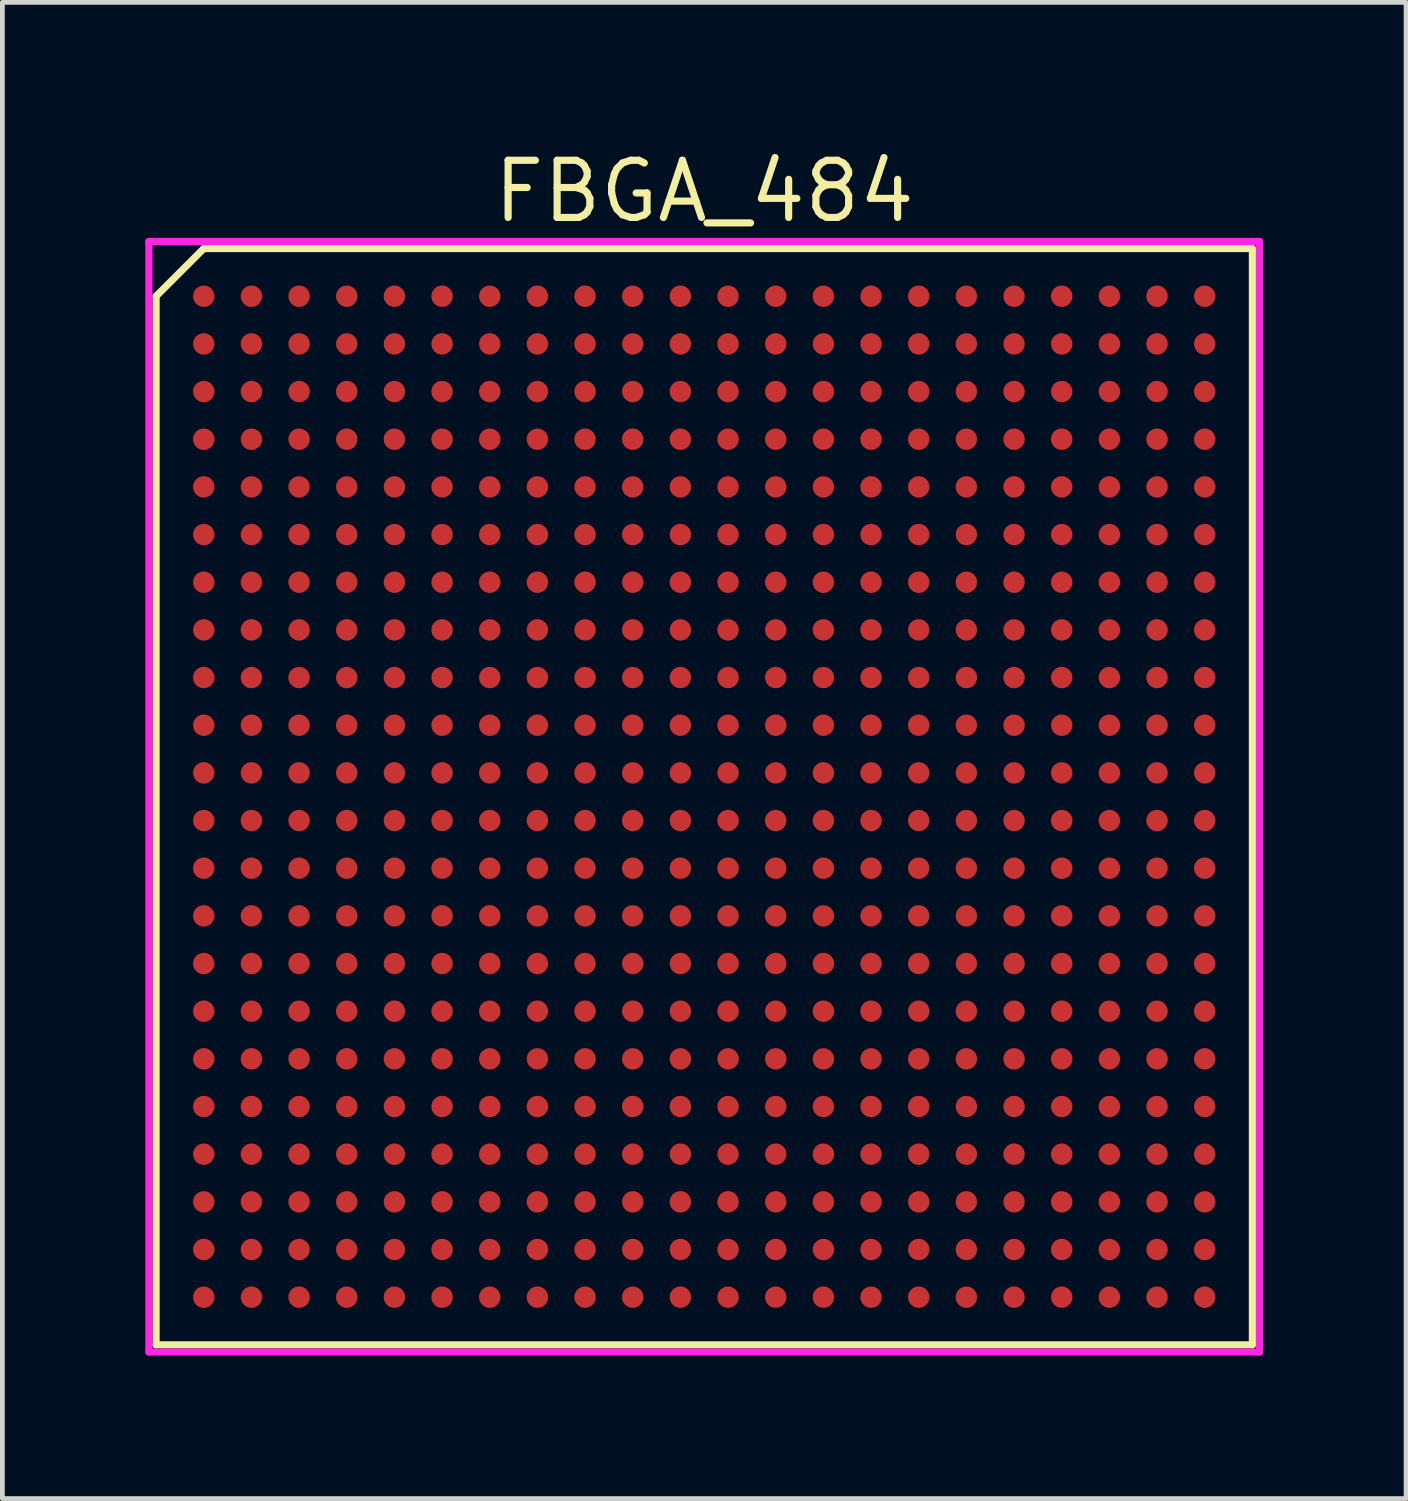
<source format=kicad_pcb>
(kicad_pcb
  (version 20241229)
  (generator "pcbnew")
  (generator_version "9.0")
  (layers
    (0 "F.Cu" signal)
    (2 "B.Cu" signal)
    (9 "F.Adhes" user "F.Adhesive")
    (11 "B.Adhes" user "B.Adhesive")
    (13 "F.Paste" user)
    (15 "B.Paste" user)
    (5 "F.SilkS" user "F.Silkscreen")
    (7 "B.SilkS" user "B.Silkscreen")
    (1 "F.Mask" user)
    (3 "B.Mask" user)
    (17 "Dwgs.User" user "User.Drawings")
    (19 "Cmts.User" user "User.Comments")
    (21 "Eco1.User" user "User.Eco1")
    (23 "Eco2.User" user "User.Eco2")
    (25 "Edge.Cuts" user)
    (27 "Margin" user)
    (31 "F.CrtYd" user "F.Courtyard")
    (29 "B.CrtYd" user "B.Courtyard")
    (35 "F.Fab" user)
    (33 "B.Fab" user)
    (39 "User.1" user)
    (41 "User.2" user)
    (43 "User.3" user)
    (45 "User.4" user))
  (footprint "FBGA_484"
    (layer "F.Cu")
    (at 11.725 13.665)
    (property "Reference" "FBGA_484" (at 0 -12.7 0) (layer "F.SilkS") (effects (font (size 1.2 1.2) (thickness 0.15))))
    (attr through_hole)
    (fp_line (start -11.5 -10.5) (end -11.5 11.5) (stroke (width 0.15) (type solid)) (layer "F.SilkS"))
    (fp_line (start -11.5 11.5) (end 11.5 11.5) (stroke (width 0.15) (type solid)) (layer "F.SilkS"))
    (fp_line (start -10.5 -11.5) (end -11.5 -10.5) (stroke (width 0.15) (type solid)) (layer "F.SilkS"))
    (fp_line (start 11.5 -11.5) (end -10.5 -11.5) (stroke (width 0.15) (type solid)) (layer "F.SilkS"))
    (fp_line (start 11.5 11.5) (end 11.5 -11.5) (stroke (width 0.15) (type solid)) (layer "F.SilkS"))
    (fp_line (start -11.65 -11.65) (end 11.65 -11.65) (stroke (width 0.15) (type solid)) (layer "F.CrtYd"))
    (fp_line (start -11.65 11.65) (end -11.65 -11.65) (stroke (width 0.15) (type solid)) (layer "F.CrtYd"))
    (fp_line (start 11.65 -11.65) (end 11.65 11.65) (stroke (width 0.15) (type solid)) (layer "F.CrtYd"))
    (fp_line (start 11.65 11.65) (end -11.65 11.65) (stroke (width 0.15) (type solid)) (layer "F.CrtYd"))
    (pad "A1" smd circle (at -10.5 -10.5) (size 0.45 0.45) (layers "F.Cu" "F.Mask" "F.Paste"))
    (pad "A2" smd circle (at -9.5 -10.5) (size 0.45 0.45) (layers "F.Cu" "F.Mask" "F.Paste"))
    (pad "A3" smd circle (at -8.5 -10.5) (size 0.45 0.45) (layers "F.Cu" "F.Mask" "F.Paste"))
    (pad "A4" smd circle (at -7.5 -10.5) (size 0.45 0.45) (layers "F.Cu" "F.Mask" "F.Paste"))
    (pad "A5" smd circle (at -6.5 -10.5) (size 0.45 0.45) (layers "F.Cu" "F.Mask" "F.Paste"))
    (pad "A6" smd circle (at -5.5 -10.5) (size 0.45 0.45) (layers "F.Cu" "F.Mask" "F.Paste"))
    (pad "A7" smd circle (at -4.5 -10.5) (size 0.45 0.45) (layers "F.Cu" "F.Mask" "F.Paste"))
    (pad "A8" smd circle (at -3.5 -10.5) (size 0.45 0.45) (layers "F.Cu" "F.Mask" "F.Paste"))
    (pad "A9" smd circle (at -2.5 -10.5) (size 0.45 0.45) (layers "F.Cu" "F.Mask" "F.Paste"))
    (pad "A10" smd circle (at -1.5 -10.5) (size 0.45 0.45) (layers "F.Cu" "F.Mask" "F.Paste"))
    (pad "A11" smd circle (at -0.5 -10.5) (size 0.45 0.45) (layers "F.Cu" "F.Mask" "F.Paste"))
    (pad "A12" smd circle (at 0.5 -10.5) (size 0.45 0.45) (layers "F.Cu" "F.Mask" "F.Paste"))
    (pad "A13" smd circle (at 1.5 -10.5) (size 0.45 0.45) (layers "F.Cu" "F.Mask" "F.Paste"))
    (pad "A14" smd circle (at 2.5 -10.5) (size 0.45 0.45) (layers "F.Cu" "F.Mask" "F.Paste"))
    (pad "A15" smd circle (at 3.5 -10.5) (size 0.45 0.45) (layers "F.Cu" "F.Mask" "F.Paste"))
    (pad "A16" smd circle (at 4.5 -10.5) (size 0.45 0.45) (layers "F.Cu" "F.Mask" "F.Paste"))
    (pad "A17" smd circle (at 5.5 -10.5) (size 0.45 0.45) (layers "F.Cu" "F.Mask" "F.Paste"))
    (pad "A18" smd circle (at 6.5 -10.5) (size 0.45 0.45) (layers "F.Cu" "F.Mask" "F.Paste"))
    (pad "A19" smd circle (at 7.5 -10.5) (size 0.45 0.45) (layers "F.Cu" "F.Mask" "F.Paste"))
    (pad "A20" smd circle (at 8.5 -10.5) (size 0.45 0.45) (layers "F.Cu" "F.Mask" "F.Paste"))
    (pad "A21" smd circle (at 9.5 -10.5) (size 0.45 0.45) (layers "F.Cu" "F.Mask" "F.Paste"))
    (pad "A22" smd circle (at 10.5 -10.5) (size 0.45 0.45) (layers "F.Cu" "F.Mask" "F.Paste"))
    (pad "AA1" smd circle (at -10.5 9.5) (size 0.45 0.45) (layers "F.Cu" "F.Mask" "F.Paste"))
    (pad "AA2" smd circle (at -9.5 9.5) (size 0.45 0.45) (layers "F.Cu" "F.Mask" "F.Paste"))
    (pad "AA3" smd circle (at -8.5 9.5) (size 0.45 0.45) (layers "F.Cu" "F.Mask" "F.Paste"))
    (pad "AA4" smd circle (at -7.5 9.5) (size 0.45 0.45) (layers "F.Cu" "F.Mask" "F.Paste"))
    (pad "AA5" smd circle (at -6.5 9.5) (size 0.45 0.45) (layers "F.Cu" "F.Mask" "F.Paste"))
    (pad "AA6" smd circle (at -5.5 9.5) (size 0.45 0.45) (layers "F.Cu" "F.Mask" "F.Paste"))
    (pad "AA7" smd circle (at -4.5 9.5) (size 0.45 0.45) (layers "F.Cu" "F.Mask" "F.Paste"))
    (pad "AA8" smd circle (at -3.5 9.5) (size 0.45 0.45) (layers "F.Cu" "F.Mask" "F.Paste"))
    (pad "AA9" smd circle (at -2.5 9.5) (size 0.45 0.45) (layers "F.Cu" "F.Mask" "F.Paste"))
    (pad "AA10" smd circle (at -1.5 9.5) (size 0.45 0.45) (layers "F.Cu" "F.Mask" "F.Paste"))
    (pad "AA11" smd circle (at -0.5 9.5) (size 0.45 0.45) (layers "F.Cu" "F.Mask" "F.Paste"))
    (pad "AA12" smd circle (at 0.5 9.5) (size 0.45 0.45) (layers "F.Cu" "F.Mask" "F.Paste"))
    (pad "AA13" smd circle (at 1.5 9.5) (size 0.45 0.45) (layers "F.Cu" "F.Mask" "F.Paste"))
    (pad "AA14" smd circle (at 2.5 9.5) (size 0.45 0.45) (layers "F.Cu" "F.Mask" "F.Paste"))
    (pad "AA15" smd circle (at 3.5 9.5) (size 0.45 0.45) (layers "F.Cu" "F.Mask" "F.Paste"))
    (pad "AA16" smd circle (at 4.5 9.5) (size 0.45 0.45) (layers "F.Cu" "F.Mask" "F.Paste"))
    (pad "AA17" smd circle (at 5.5 9.5) (size 0.45 0.45) (layers "F.Cu" "F.Mask" "F.Paste"))
    (pad "AA18" smd circle (at 6.5 9.5) (size 0.45 0.45) (layers "F.Cu" "F.Mask" "F.Paste"))
    (pad "AA19" smd circle (at 7.5 9.5) (size 0.45 0.45) (layers "F.Cu" "F.Mask" "F.Paste"))
    (pad "AA20" smd circle (at 8.5 9.5) (size 0.45 0.45) (layers "F.Cu" "F.Mask" "F.Paste"))
    (pad "AA21" smd circle (at 9.5 9.5) (size 0.45 0.45) (layers "F.Cu" "F.Mask" "F.Paste"))
    (pad "AA22" smd circle (at 10.5 9.5) (size 0.45 0.45) (layers "F.Cu" "F.Mask" "F.Paste"))
    (pad "AB1" smd circle (at -10.5 10.5) (size 0.45 0.45) (layers "F.Cu" "F.Mask" "F.Paste"))
    (pad "AB2" smd circle (at -9.5 10.5) (size 0.45 0.45) (layers "F.Cu" "F.Mask" "F.Paste"))
    (pad "AB3" smd circle (at -8.5 10.5) (size 0.45 0.45) (layers "F.Cu" "F.Mask" "F.Paste"))
    (pad "AB4" smd circle (at -7.5 10.5) (size 0.45 0.45) (layers "F.Cu" "F.Mask" "F.Paste"))
    (pad "AB5" smd circle (at -6.5 10.5) (size 0.45 0.45) (layers "F.Cu" "F.Mask" "F.Paste"))
    (pad "AB6" smd circle (at -5.5 10.5) (size 0.45 0.45) (layers "F.Cu" "F.Mask" "F.Paste"))
    (pad "AB7" smd circle (at -4.5 10.5) (size 0.45 0.45) (layers "F.Cu" "F.Mask" "F.Paste"))
    (pad "AB8" smd circle (at -3.5 10.5) (size 0.45 0.45) (layers "F.Cu" "F.Mask" "F.Paste"))
    (pad "AB9" smd circle (at -2.5 10.5) (size 0.45 0.45) (layers "F.Cu" "F.Mask" "F.Paste"))
    (pad "AB10" smd circle (at -1.5 10.5) (size 0.45 0.45) (layers "F.Cu" "F.Mask" "F.Paste"))
    (pad "AB11" smd circle (at -0.5 10.5) (size 0.45 0.45) (layers "F.Cu" "F.Mask" "F.Paste"))
    (pad "AB12" smd circle (at 0.5 10.5) (size 0.45 0.45) (layers "F.Cu" "F.Mask" "F.Paste"))
    (pad "AB13" smd circle (at 1.5 10.5) (size 0.45 0.45) (layers "F.Cu" "F.Mask" "F.Paste"))
    (pad "AB14" smd circle (at 2.5 10.5) (size 0.45 0.45) (layers "F.Cu" "F.Mask" "F.Paste"))
    (pad "AB15" smd circle (at 3.5 10.5) (size 0.45 0.45) (layers "F.Cu" "F.Mask" "F.Paste"))
    (pad "AB16" smd circle (at 4.5 10.5) (size 0.45 0.45) (layers "F.Cu" "F.Mask" "F.Paste"))
    (pad "AB17" smd circle (at 5.5 10.5) (size 0.45 0.45) (layers "F.Cu" "F.Mask" "F.Paste"))
    (pad "AB18" smd circle (at 6.5 10.5) (size 0.45 0.45) (layers "F.Cu" "F.Mask" "F.Paste"))
    (pad "AB19" smd circle (at 7.5 10.5) (size 0.45 0.45) (layers "F.Cu" "F.Mask" "F.Paste"))
    (pad "AB20" smd circle (at 8.5 10.5) (size 0.45 0.45) (layers "F.Cu" "F.Mask" "F.Paste"))
    (pad "AB21" smd circle (at 9.5 10.5) (size 0.45 0.45) (layers "F.Cu" "F.Mask" "F.Paste"))
    (pad "AB22" smd circle (at 10.5 10.5) (size 0.45 0.45) (layers "F.Cu" "F.Mask" "F.Paste"))
    (pad "B1" smd circle (at -10.5 -9.5) (size 0.45 0.45) (layers "F.Cu" "F.Mask" "F.Paste"))
    (pad "B2" smd circle (at -9.5 -9.5) (size 0.45 0.45) (layers "F.Cu" "F.Mask" "F.Paste"))
    (pad "B3" smd circle (at -8.5 -9.5) (size 0.45 0.45) (layers "F.Cu" "F.Mask" "F.Paste"))
    (pad "B4" smd circle (at -7.5 -9.5) (size 0.45 0.45) (layers "F.Cu" "F.Mask" "F.Paste"))
    (pad "B5" smd circle (at -6.5 -9.5) (size 0.45 0.45) (layers "F.Cu" "F.Mask" "F.Paste"))
    (pad "B6" smd circle (at -5.5 -9.5) (size 0.45 0.45) (layers "F.Cu" "F.Mask" "F.Paste"))
    (pad "B7" smd circle (at -4.5 -9.5) (size 0.45 0.45) (layers "F.Cu" "F.Mask" "F.Paste"))
    (pad "B8" smd circle (at -3.5 -9.5) (size 0.45 0.45) (layers "F.Cu" "F.Mask" "F.Paste"))
    (pad "B9" smd circle (at -2.5 -9.5) (size 0.45 0.45) (layers "F.Cu" "F.Mask" "F.Paste"))
    (pad "B10" smd circle (at -1.5 -9.5) (size 0.45 0.45) (layers "F.Cu" "F.Mask" "F.Paste"))
    (pad "B11" smd circle (at -0.5 -9.5) (size 0.45 0.45) (layers "F.Cu" "F.Mask" "F.Paste"))
    (pad "B12" smd circle (at 0.5 -9.5) (size 0.45 0.45) (layers "F.Cu" "F.Mask" "F.Paste"))
    (pad "B13" smd circle (at 1.5 -9.5) (size 0.45 0.45) (layers "F.Cu" "F.Mask" "F.Paste"))
    (pad "B14" smd circle (at 2.5 -9.5) (size 0.45 0.45) (layers "F.Cu" "F.Mask" "F.Paste"))
    (pad "B15" smd circle (at 3.5 -9.5) (size 0.45 0.45) (layers "F.Cu" "F.Mask" "F.Paste"))
    (pad "B16" smd circle (at 4.5 -9.5) (size 0.45 0.45) (layers "F.Cu" "F.Mask" "F.Paste"))
    (pad "B17" smd circle (at 5.5 -9.5) (size 0.45 0.45) (layers "F.Cu" "F.Mask" "F.Paste"))
    (pad "B18" smd circle (at 6.5 -9.5) (size 0.45 0.45) (layers "F.Cu" "F.Mask" "F.Paste"))
    (pad "B19" smd circle (at 7.5 -9.5) (size 0.45 0.45) (layers "F.Cu" "F.Mask" "F.Paste"))
    (pad "B20" smd circle (at 8.5 -9.5) (size 0.45 0.45) (layers "F.Cu" "F.Mask" "F.Paste"))
    (pad "B21" smd circle (at 9.5 -9.5) (size 0.45 0.45) (layers "F.Cu" "F.Mask" "F.Paste"))
    (pad "B22" smd circle (at 10.5 -9.5) (size 0.45 0.45) (layers "F.Cu" "F.Mask" "F.Paste"))
    (pad "C1" smd circle (at -10.5 -8.5) (size 0.45 0.45) (layers "F.Cu" "F.Mask" "F.Paste"))
    (pad "C2" smd circle (at -9.5 -8.5) (size 0.45 0.45) (layers "F.Cu" "F.Mask" "F.Paste"))
    (pad "C3" smd circle (at -8.5 -8.5) (size 0.45 0.45) (layers "F.Cu" "F.Mask" "F.Paste"))
    (pad "C4" smd circle (at -7.5 -8.5) (size 0.45 0.45) (layers "F.Cu" "F.Mask" "F.Paste"))
    (pad "C5" smd circle (at -6.5 -8.5) (size 0.45 0.45) (layers "F.Cu" "F.Mask" "F.Paste"))
    (pad "C6" smd circle (at -5.5 -8.5) (size 0.45 0.45) (layers "F.Cu" "F.Mask" "F.Paste"))
    (pad "C7" smd circle (at -4.5 -8.5) (size 0.45 0.45) (layers "F.Cu" "F.Mask" "F.Paste"))
    (pad "C8" smd circle (at -3.5 -8.5) (size 0.45 0.45) (layers "F.Cu" "F.Mask" "F.Paste"))
    (pad "C9" smd circle (at -2.5 -8.5) (size 0.45 0.45) (layers "F.Cu" "F.Mask" "F.Paste"))
    (pad "C10" smd circle (at -1.5 -8.5) (size 0.45 0.45) (layers "F.Cu" "F.Mask" "F.Paste"))
    (pad "C11" smd circle (at -0.5 -8.5) (size 0.45 0.45) (layers "F.Cu" "F.Mask" "F.Paste"))
    (pad "C12" smd circle (at 0.5 -8.5) (size 0.45 0.45) (layers "F.Cu" "F.Mask" "F.Paste"))
    (pad "C13" smd circle (at 1.5 -8.5) (size 0.45 0.45) (layers "F.Cu" "F.Mask" "F.Paste"))
    (pad "C14" smd circle (at 2.5 -8.5) (size 0.45 0.45) (layers "F.Cu" "F.Mask" "F.Paste"))
    (pad "C15" smd circle (at 3.5 -8.5) (size 0.45 0.45) (layers "F.Cu" "F.Mask" "F.Paste"))
    (pad "C16" smd circle (at 4.5 -8.5) (size 0.45 0.45) (layers "F.Cu" "F.Mask" "F.Paste"))
    (pad "C17" smd circle (at 5.5 -8.5) (size 0.45 0.45) (layers "F.Cu" "F.Mask" "F.Paste"))
    (pad "C18" smd circle (at 6.5 -8.5) (size 0.45 0.45) (layers "F.Cu" "F.Mask" "F.Paste"))
    (pad "C19" smd circle (at 7.5 -8.5) (size 0.45 0.45) (layers "F.Cu" "F.Mask" "F.Paste"))
    (pad "C20" smd circle (at 8.5 -8.5) (size 0.45 0.45) (layers "F.Cu" "F.Mask" "F.Paste"))
    (pad "C21" smd circle (at 9.5 -8.5) (size 0.45 0.45) (layers "F.Cu" "F.Mask" "F.Paste"))
    (pad "C22" smd circle (at 10.5 -8.5) (size 0.45 0.45) (layers "F.Cu" "F.Mask" "F.Paste"))
    (pad "D1" smd circle (at -10.5 -7.5) (size 0.45 0.45) (layers "F.Cu" "F.Mask" "F.Paste"))
    (pad "D2" smd circle (at -9.5 -7.5) (size 0.45 0.45) (layers "F.Cu" "F.Mask" "F.Paste"))
    (pad "D3" smd circle (at -8.5 -7.5) (size 0.45 0.45) (layers "F.Cu" "F.Mask" "F.Paste"))
    (pad "D4" smd circle (at -7.5 -7.5) (size 0.45 0.45) (layers "F.Cu" "F.Mask" "F.Paste"))
    (pad "D5" smd circle (at -6.5 -7.5) (size 0.45 0.45) (layers "F.Cu" "F.Mask" "F.Paste"))
    (pad "D6" smd circle (at -5.5 -7.5) (size 0.45 0.45) (layers "F.Cu" "F.Mask" "F.Paste"))
    (pad "D7" smd circle (at -4.5 -7.5) (size 0.45 0.45) (layers "F.Cu" "F.Mask" "F.Paste"))
    (pad "D8" smd circle (at -3.5 -7.5) (size 0.45 0.45) (layers "F.Cu" "F.Mask" "F.Paste"))
    (pad "D9" smd circle (at -2.5 -7.5) (size 0.45 0.45) (layers "F.Cu" "F.Mask" "F.Paste"))
    (pad "D10" smd circle (at -1.5 -7.5) (size 0.45 0.45) (layers "F.Cu" "F.Mask" "F.Paste"))
    (pad "D11" smd circle (at -0.5 -7.5) (size 0.45 0.45) (layers "F.Cu" "F.Mask" "F.Paste"))
    (pad "D12" smd circle (at 0.5 -7.5) (size 0.45 0.45) (layers "F.Cu" "F.Mask" "F.Paste"))
    (pad "D13" smd circle (at 1.5 -7.5) (size 0.45 0.45) (layers "F.Cu" "F.Mask" "F.Paste"))
    (pad "D14" smd circle (at 2.5 -7.5) (size 0.45 0.45) (layers "F.Cu" "F.Mask" "F.Paste"))
    (pad "D15" smd circle (at 3.5 -7.5) (size 0.45 0.45) (layers "F.Cu" "F.Mask" "F.Paste"))
    (pad "D16" smd circle (at 4.5 -7.5) (size 0.45 0.45) (layers "F.Cu" "F.Mask" "F.Paste"))
    (pad "D17" smd circle (at 5.5 -7.5) (size 0.45 0.45) (layers "F.Cu" "F.Mask" "F.Paste"))
    (pad "D18" smd circle (at 6.5 -7.5) (size 0.45 0.45) (layers "F.Cu" "F.Mask" "F.Paste"))
    (pad "D19" smd circle (at 7.5 -7.5) (size 0.45 0.45) (layers "F.Cu" "F.Mask" "F.Paste"))
    (pad "D20" smd circle (at 8.5 -7.5) (size 0.45 0.45) (layers "F.Cu" "F.Mask" "F.Paste"))
    (pad "D21" smd circle (at 9.5 -7.5) (size 0.45 0.45) (layers "F.Cu" "F.Mask" "F.Paste"))
    (pad "D22" smd circle (at 10.5 -7.5) (size 0.45 0.45) (layers "F.Cu" "F.Mask" "F.Paste"))
    (pad "E1" smd circle (at -10.5 -6.5) (size 0.45 0.45) (layers "F.Cu" "F.Mask" "F.Paste"))
    (pad "E2" smd circle (at -9.5 -6.5) (size 0.45 0.45) (layers "F.Cu" "F.Mask" "F.Paste"))
    (pad "E3" smd circle (at -8.5 -6.5) (size 0.45 0.45) (layers "F.Cu" "F.Mask" "F.Paste"))
    (pad "E4" smd circle (at -7.5 -6.5) (size 0.45 0.45) (layers "F.Cu" "F.Mask" "F.Paste"))
    (pad "E5" smd circle (at -6.5 -6.5) (size 0.45 0.45) (layers "F.Cu" "F.Mask" "F.Paste"))
    (pad "E6" smd circle (at -5.5 -6.5) (size 0.45 0.45) (layers "F.Cu" "F.Mask" "F.Paste"))
    (pad "E7" smd circle (at -4.5 -6.5) (size 0.45 0.45) (layers "F.Cu" "F.Mask" "F.Paste"))
    (pad "E8" smd circle (at -3.5 -6.5) (size 0.45 0.45) (layers "F.Cu" "F.Mask" "F.Paste"))
    (pad "E9" smd circle (at -2.5 -6.5) (size 0.45 0.45) (layers "F.Cu" "F.Mask" "F.Paste"))
    (pad "E10" smd circle (at -1.5 -6.5) (size 0.45 0.45) (layers "F.Cu" "F.Mask" "F.Paste"))
    (pad "E11" smd circle (at -0.5 -6.5) (size 0.45 0.45) (layers "F.Cu" "F.Mask" "F.Paste"))
    (pad "E12" smd circle (at 0.5 -6.5) (size 0.45 0.45) (layers "F.Cu" "F.Mask" "F.Paste"))
    (pad "E13" smd circle (at 1.5 -6.5) (size 0.45 0.45) (layers "F.Cu" "F.Mask" "F.Paste"))
    (pad "E14" smd circle (at 2.5 -6.5) (size 0.45 0.45) (layers "F.Cu" "F.Mask" "F.Paste"))
    (pad "E15" smd circle (at 3.5 -6.5) (size 0.45 0.45) (layers "F.Cu" "F.Mask" "F.Paste"))
    (pad "E16" smd circle (at 4.5 -6.5) (size 0.45 0.45) (layers "F.Cu" "F.Mask" "F.Paste"))
    (pad "E17" smd circle (at 5.5 -6.5) (size 0.45 0.45) (layers "F.Cu" "F.Mask" "F.Paste"))
    (pad "E18" smd circle (at 6.5 -6.5) (size 0.45 0.45) (layers "F.Cu" "F.Mask" "F.Paste"))
    (pad "E19" smd circle (at 7.5 -6.5) (size 0.45 0.45) (layers "F.Cu" "F.Mask" "F.Paste"))
    (pad "E20" smd circle (at 8.5 -6.5) (size 0.45 0.45) (layers "F.Cu" "F.Mask" "F.Paste"))
    (pad "E21" smd circle (at 9.5 -6.5) (size 0.45 0.45) (layers "F.Cu" "F.Mask" "F.Paste"))
    (pad "E22" smd circle (at 10.5 -6.5) (size 0.45 0.45) (layers "F.Cu" "F.Mask" "F.Paste"))
    (pad "F1" smd circle (at -10.5 -5.5) (size 0.45 0.45) (layers "F.Cu" "F.Mask" "F.Paste"))
    (pad "F2" smd circle (at -9.5 -5.5) (size 0.45 0.45) (layers "F.Cu" "F.Mask" "F.Paste"))
    (pad "F3" smd circle (at -8.5 -5.5) (size 0.45 0.45) (layers "F.Cu" "F.Mask" "F.Paste"))
    (pad "F4" smd circle (at -7.5 -5.5) (size 0.45 0.45) (layers "F.Cu" "F.Mask" "F.Paste"))
    (pad "F5" smd circle (at -6.5 -5.5) (size 0.45 0.45) (layers "F.Cu" "F.Mask" "F.Paste"))
    (pad "F6" smd circle (at -5.5 -5.5) (size 0.45 0.45) (layers "F.Cu" "F.Mask" "F.Paste"))
    (pad "F7" smd circle (at -4.5 -5.5) (size 0.45 0.45) (layers "F.Cu" "F.Mask" "F.Paste"))
    (pad "F8" smd circle (at -3.5 -5.5) (size 0.45 0.45) (layers "F.Cu" "F.Mask" "F.Paste"))
    (pad "F9" smd circle (at -2.5 -5.5) (size 0.45 0.45) (layers "F.Cu" "F.Mask" "F.Paste"))
    (pad "F10" smd circle (at -1.5 -5.5) (size 0.45 0.45) (layers "F.Cu" "F.Mask" "F.Paste"))
    (pad "F11" smd circle (at -0.5 -5.5) (size 0.45 0.45) (layers "F.Cu" "F.Mask" "F.Paste"))
    (pad "F12" smd circle (at 0.5 -5.5) (size 0.45 0.45) (layers "F.Cu" "F.Mask" "F.Paste"))
    (pad "F13" smd circle (at 1.5 -5.5) (size 0.45 0.45) (layers "F.Cu" "F.Mask" "F.Paste"))
    (pad "F14" smd circle (at 2.5 -5.5) (size 0.45 0.45) (layers "F.Cu" "F.Mask" "F.Paste"))
    (pad "F15" smd circle (at 3.5 -5.5) (size 0.45 0.45) (layers "F.Cu" "F.Mask" "F.Paste"))
    (pad "F16" smd circle (at 4.5 -5.5) (size 0.45 0.45) (layers "F.Cu" "F.Mask" "F.Paste"))
    (pad "F17" smd circle (at 5.5 -5.5) (size 0.45 0.45) (layers "F.Cu" "F.Mask" "F.Paste"))
    (pad "F18" smd circle (at 6.5 -5.5) (size 0.45 0.45) (layers "F.Cu" "F.Mask" "F.Paste"))
    (pad "F19" smd circle (at 7.5 -5.5) (size 0.45 0.45) (layers "F.Cu" "F.Mask" "F.Paste"))
    (pad "F20" smd circle (at 8.5 -5.5) (size 0.45 0.45) (layers "F.Cu" "F.Mask" "F.Paste"))
    (pad "F21" smd circle (at 9.5 -5.5) (size 0.45 0.45) (layers "F.Cu" "F.Mask" "F.Paste"))
    (pad "F22" smd circle (at 10.5 -5.5) (size 0.45 0.45) (layers "F.Cu" "F.Mask" "F.Paste"))
    (pad "G1" smd circle (at -10.5 -4.5) (size 0.45 0.45) (layers "F.Cu" "F.Mask" "F.Paste"))
    (pad "G2" smd circle (at -9.5 -4.5) (size 0.45 0.45) (layers "F.Cu" "F.Mask" "F.Paste"))
    (pad "G3" smd circle (at -8.5 -4.5) (size 0.45 0.45) (layers "F.Cu" "F.Mask" "F.Paste"))
    (pad "G4" smd circle (at -7.5 -4.5) (size 0.45 0.45) (layers "F.Cu" "F.Mask" "F.Paste"))
    (pad "G5" smd circle (at -6.5 -4.5) (size 0.45 0.45) (layers "F.Cu" "F.Mask" "F.Paste"))
    (pad "G6" smd circle (at -5.5 -4.5) (size 0.45 0.45) (layers "F.Cu" "F.Mask" "F.Paste"))
    (pad "G7" smd circle (at -4.5 -4.5) (size 0.45 0.45) (layers "F.Cu" "F.Mask" "F.Paste"))
    (pad "G8" smd circle (at -3.5 -4.5) (size 0.45 0.45) (layers "F.Cu" "F.Mask" "F.Paste"))
    (pad "G9" smd circle (at -2.5 -4.5) (size 0.45 0.45) (layers "F.Cu" "F.Mask" "F.Paste"))
    (pad "G10" smd circle (at -1.5 -4.5) (size 0.45 0.45) (layers "F.Cu" "F.Mask" "F.Paste"))
    (pad "G11" smd circle (at -0.5 -4.5) (size 0.45 0.45) (layers "F.Cu" "F.Mask" "F.Paste"))
    (pad "G12" smd circle (at 0.5 -4.5) (size 0.45 0.45) (layers "F.Cu" "F.Mask" "F.Paste"))
    (pad "G13" smd circle (at 1.5 -4.5) (size 0.45 0.45) (layers "F.Cu" "F.Mask" "F.Paste"))
    (pad "G14" smd circle (at 2.5 -4.5) (size 0.45 0.45) (layers "F.Cu" "F.Mask" "F.Paste"))
    (pad "G15" smd circle (at 3.5 -4.5) (size 0.45 0.45) (layers "F.Cu" "F.Mask" "F.Paste"))
    (pad "G16" smd circle (at 4.5 -4.5) (size 0.45 0.45) (layers "F.Cu" "F.Mask" "F.Paste"))
    (pad "G17" smd circle (at 5.5 -4.5) (size 0.45 0.45) (layers "F.Cu" "F.Mask" "F.Paste"))
    (pad "G18" smd circle (at 6.5 -4.5) (size 0.45 0.45) (layers "F.Cu" "F.Mask" "F.Paste"))
    (pad "G19" smd circle (at 7.5 -4.5) (size 0.45 0.45) (layers "F.Cu" "F.Mask" "F.Paste"))
    (pad "G20" smd circle (at 8.5 -4.5) (size 0.45 0.45) (layers "F.Cu" "F.Mask" "F.Paste"))
    (pad "G21" smd circle (at 9.5 -4.5) (size 0.45 0.45) (layers "F.Cu" "F.Mask" "F.Paste"))
    (pad "G22" smd circle (at 10.5 -4.5) (size 0.45 0.45) (layers "F.Cu" "F.Mask" "F.Paste"))
    (pad "H1" smd circle (at -10.5 -3.5) (size 0.45 0.45) (layers "F.Cu" "F.Mask" "F.Paste"))
    (pad "H2" smd circle (at -9.5 -3.5) (size 0.45 0.45) (layers "F.Cu" "F.Mask" "F.Paste"))
    (pad "H3" smd circle (at -8.5 -3.5) (size 0.45 0.45) (layers "F.Cu" "F.Mask" "F.Paste"))
    (pad "H4" smd circle (at -7.5 -3.5) (size 0.45 0.45) (layers "F.Cu" "F.Mask" "F.Paste"))
    (pad "H5" smd circle (at -6.5 -3.5) (size 0.45 0.45) (layers "F.Cu" "F.Mask" "F.Paste"))
    (pad "H6" smd circle (at -5.5 -3.5) (size 0.45 0.45) (layers "F.Cu" "F.Mask" "F.Paste"))
    (pad "H7" smd circle (at -4.5 -3.5) (size 0.45 0.45) (layers "F.Cu" "F.Mask" "F.Paste"))
    (pad "H8" smd circle (at -3.5 -3.5) (size 0.45 0.45) (layers "F.Cu" "F.Mask" "F.Paste"))
    (pad "H9" smd circle (at -2.5 -3.5) (size 0.45 0.45) (layers "F.Cu" "F.Mask" "F.Paste"))
    (pad "H10" smd circle (at -1.5 -3.5) (size 0.45 0.45) (layers "F.Cu" "F.Mask" "F.Paste"))
    (pad "H11" smd circle (at -0.5 -3.5) (size 0.45 0.45) (layers "F.Cu" "F.Mask" "F.Paste"))
    (pad "H12" smd circle (at 0.5 -3.5) (size 0.45 0.45) (layers "F.Cu" "F.Mask" "F.Paste"))
    (pad "H13" smd circle (at 1.5 -3.5) (size 0.45 0.45) (layers "F.Cu" "F.Mask" "F.Paste"))
    (pad "H14" smd circle (at 2.5 -3.5) (size 0.45 0.45) (layers "F.Cu" "F.Mask" "F.Paste"))
    (pad "H15" smd circle (at 3.5 -3.5) (size 0.45 0.45) (layers "F.Cu" "F.Mask" "F.Paste"))
    (pad "H16" smd circle (at 4.5 -3.5) (size 0.45 0.45) (layers "F.Cu" "F.Mask" "F.Paste"))
    (pad "H17" smd circle (at 5.5 -3.5) (size 0.45 0.45) (layers "F.Cu" "F.Mask" "F.Paste"))
    (pad "H18" smd circle (at 6.5 -3.5) (size 0.45 0.45) (layers "F.Cu" "F.Mask" "F.Paste"))
    (pad "H19" smd circle (at 7.5 -3.5) (size 0.45 0.45) (layers "F.Cu" "F.Mask" "F.Paste"))
    (pad "H20" smd circle (at 8.5 -3.5) (size 0.45 0.45) (layers "F.Cu" "F.Mask" "F.Paste"))
    (pad "H21" smd circle (at 9.5 -3.5) (size 0.45 0.45) (layers "F.Cu" "F.Mask" "F.Paste"))
    (pad "H22" smd circle (at 10.5 -3.5) (size 0.45 0.45) (layers "F.Cu" "F.Mask" "F.Paste"))
    (pad "J1" smd circle (at -10.5 -2.5) (size 0.45 0.45) (layers "F.Cu" "F.Mask" "F.Paste"))
    (pad "J2" smd circle (at -9.5 -2.5) (size 0.45 0.45) (layers "F.Cu" "F.Mask" "F.Paste"))
    (pad "J3" smd circle (at -8.5 -2.5) (size 0.45 0.45) (layers "F.Cu" "F.Mask" "F.Paste"))
    (pad "J4" smd circle (at -7.5 -2.5) (size 0.45 0.45) (layers "F.Cu" "F.Mask" "F.Paste"))
    (pad "J5" smd circle (at -6.5 -2.5) (size 0.45 0.45) (layers "F.Cu" "F.Mask" "F.Paste"))
    (pad "J6" smd circle (at -5.5 -2.5) (size 0.45 0.45) (layers "F.Cu" "F.Mask" "F.Paste"))
    (pad "J7" smd circle (at -4.5 -2.5) (size 0.45 0.45) (layers "F.Cu" "F.Mask" "F.Paste"))
    (pad "J8" smd circle (at -3.5 -2.5) (size 0.45 0.45) (layers "F.Cu" "F.Mask" "F.Paste"))
    (pad "J9" smd circle (at -2.5 -2.5) (size 0.45 0.45) (layers "F.Cu" "F.Mask" "F.Paste"))
    (pad "J10" smd circle (at -1.5 -2.5) (size 0.45 0.45) (layers "F.Cu" "F.Mask" "F.Paste"))
    (pad "J11" smd circle (at -0.5 -2.5) (size 0.45 0.45) (layers "F.Cu" "F.Mask" "F.Paste"))
    (pad "J12" smd circle (at 0.5 -2.5) (size 0.45 0.45) (layers "F.Cu" "F.Mask" "F.Paste"))
    (pad "J13" smd circle (at 1.5 -2.5) (size 0.45 0.45) (layers "F.Cu" "F.Mask" "F.Paste"))
    (pad "J14" smd circle (at 2.5 -2.5) (size 0.45 0.45) (layers "F.Cu" "F.Mask" "F.Paste"))
    (pad "J15" smd circle (at 3.5 -2.5) (size 0.45 0.45) (layers "F.Cu" "F.Mask" "F.Paste"))
    (pad "J16" smd circle (at 4.5 -2.5) (size 0.45 0.45) (layers "F.Cu" "F.Mask" "F.Paste"))
    (pad "J17" smd circle (at 5.5 -2.5) (size 0.45 0.45) (layers "F.Cu" "F.Mask" "F.Paste"))
    (pad "J18" smd circle (at 6.5 -2.5) (size 0.45 0.45) (layers "F.Cu" "F.Mask" "F.Paste"))
    (pad "J19" smd circle (at 7.5 -2.5) (size 0.45 0.45) (layers "F.Cu" "F.Mask" "F.Paste"))
    (pad "J20" smd circle (at 8.5 -2.5) (size 0.45 0.45) (layers "F.Cu" "F.Mask" "F.Paste"))
    (pad "J21" smd circle (at 9.5 -2.5) (size 0.45 0.45) (layers "F.Cu" "F.Mask" "F.Paste"))
    (pad "J22" smd circle (at 10.5 -2.5) (size 0.45 0.45) (layers "F.Cu" "F.Mask" "F.Paste"))
    (pad "K1" smd circle (at -10.5 -1.5) (size 0.45 0.45) (layers "F.Cu" "F.Mask" "F.Paste"))
    (pad "K2" smd circle (at -9.5 -1.5) (size 0.45 0.45) (layers "F.Cu" "F.Mask" "F.Paste"))
    (pad "K3" smd circle (at -8.5 -1.5) (size 0.45 0.45) (layers "F.Cu" "F.Mask" "F.Paste"))
    (pad "K4" smd circle (at -7.5 -1.5) (size 0.45 0.45) (layers "F.Cu" "F.Mask" "F.Paste"))
    (pad "K5" smd circle (at -6.5 -1.5) (size 0.45 0.45) (layers "F.Cu" "F.Mask" "F.Paste"))
    (pad "K6" smd circle (at -5.5 -1.5) (size 0.45 0.45) (layers "F.Cu" "F.Mask" "F.Paste"))
    (pad "K7" smd circle (at -4.5 -1.5) (size 0.45 0.45) (layers "F.Cu" "F.Mask" "F.Paste"))
    (pad "K8" smd circle (at -3.5 -1.5) (size 0.45 0.45) (layers "F.Cu" "F.Mask" "F.Paste"))
    (pad "K9" smd circle (at -2.5 -1.5) (size 0.45 0.45) (layers "F.Cu" "F.Mask" "F.Paste"))
    (pad "K10" smd circle (at -1.5 -1.5) (size 0.45 0.45) (layers "F.Cu" "F.Mask" "F.Paste"))
    (pad "K11" smd circle (at -0.5 -1.5) (size 0.45 0.45) (layers "F.Cu" "F.Mask" "F.Paste"))
    (pad "K12" smd circle (at 0.5 -1.5) (size 0.45 0.45) (layers "F.Cu" "F.Mask" "F.Paste"))
    (pad "K13" smd circle (at 1.5 -1.5) (size 0.45 0.45) (layers "F.Cu" "F.Mask" "F.Paste"))
    (pad "K14" smd circle (at 2.5 -1.5) (size 0.45 0.45) (layers "F.Cu" "F.Mask" "F.Paste"))
    (pad "K15" smd circle (at 3.5 -1.5) (size 0.45 0.45) (layers "F.Cu" "F.Mask" "F.Paste"))
    (pad "K16" smd circle (at 4.5 -1.5) (size 0.45 0.45) (layers "F.Cu" "F.Mask" "F.Paste"))
    (pad "K17" smd circle (at 5.5 -1.5) (size 0.45 0.45) (layers "F.Cu" "F.Mask" "F.Paste"))
    (pad "K18" smd circle (at 6.5 -1.5) (size 0.45 0.45) (layers "F.Cu" "F.Mask" "F.Paste"))
    (pad "K19" smd circle (at 7.5 -1.5) (size 0.45 0.45) (layers "F.Cu" "F.Mask" "F.Paste"))
    (pad "K20" smd circle (at 8.5 -1.5) (size 0.45 0.45) (layers "F.Cu" "F.Mask" "F.Paste"))
    (pad "K21" smd circle (at 9.5 -1.5) (size 0.45 0.45) (layers "F.Cu" "F.Mask" "F.Paste"))
    (pad "K22" smd circle (at 10.5 -1.5) (size 0.45 0.45) (layers "F.Cu" "F.Mask" "F.Paste"))
    (pad "L1" smd circle (at -10.5 -0.5) (size 0.45 0.45) (layers "F.Cu" "F.Mask" "F.Paste"))
    (pad "L2" smd circle (at -9.5 -0.5) (size 0.45 0.45) (layers "F.Cu" "F.Mask" "F.Paste"))
    (pad "L3" smd circle (at -8.5 -0.5) (size 0.45 0.45) (layers "F.Cu" "F.Mask" "F.Paste"))
    (pad "L4" smd circle (at -7.5 -0.5) (size 0.45 0.45) (layers "F.Cu" "F.Mask" "F.Paste"))
    (pad "L5" smd circle (at -6.5 -0.5) (size 0.45 0.45) (layers "F.Cu" "F.Mask" "F.Paste"))
    (pad "L6" smd circle (at -5.5 -0.5) (size 0.45 0.45) (layers "F.Cu" "F.Mask" "F.Paste"))
    (pad "L7" smd circle (at -4.5 -0.5) (size 0.45 0.45) (layers "F.Cu" "F.Mask" "F.Paste"))
    (pad "L8" smd circle (at -3.5 -0.5) (size 0.45 0.45) (layers "F.Cu" "F.Mask" "F.Paste"))
    (pad "L9" smd circle (at -2.5 -0.5) (size 0.45 0.45) (layers "F.Cu" "F.Mask" "F.Paste"))
    (pad "L10" smd circle (at -1.5 -0.5) (size 0.45 0.45) (layers "F.Cu" "F.Mask" "F.Paste"))
    (pad "L11" smd circle (at -0.5 -0.5) (size 0.45 0.45) (layers "F.Cu" "F.Mask" "F.Paste"))
    (pad "L12" smd circle (at 0.5 -0.5) (size 0.45 0.45) (layers "F.Cu" "F.Mask" "F.Paste"))
    (pad "L13" smd circle (at 1.5 -0.5) (size 0.45 0.45) (layers "F.Cu" "F.Mask" "F.Paste"))
    (pad "L14" smd circle (at 2.5 -0.5) (size 0.45 0.45) (layers "F.Cu" "F.Mask" "F.Paste"))
    (pad "L15" smd circle (at 3.5 -0.5) (size 0.45 0.45) (layers "F.Cu" "F.Mask" "F.Paste"))
    (pad "L16" smd circle (at 4.5 -0.5) (size 0.45 0.45) (layers "F.Cu" "F.Mask" "F.Paste"))
    (pad "L17" smd circle (at 5.5 -0.5) (size 0.45 0.45) (layers "F.Cu" "F.Mask" "F.Paste"))
    (pad "L18" smd circle (at 6.5 -0.5) (size 0.45 0.45) (layers "F.Cu" "F.Mask" "F.Paste"))
    (pad "L19" smd circle (at 7.5 -0.5) (size 0.45 0.45) (layers "F.Cu" "F.Mask" "F.Paste"))
    (pad "L20" smd circle (at 8.5 -0.5) (size 0.45 0.45) (layers "F.Cu" "F.Mask" "F.Paste"))
    (pad "L21" smd circle (at 9.5 -0.5) (size 0.45 0.45) (layers "F.Cu" "F.Mask" "F.Paste"))
    (pad "L22" smd circle (at 10.5 -0.5) (size 0.45 0.45) (layers "F.Cu" "F.Mask" "F.Paste"))
    (pad "M1" smd circle (at -10.5 0.5) (size 0.45 0.45) (layers "F.Cu" "F.Mask" "F.Paste"))
    (pad "M2" smd circle (at -9.5 0.5) (size 0.45 0.45) (layers "F.Cu" "F.Mask" "F.Paste"))
    (pad "M3" smd circle (at -8.5 0.5) (size 0.45 0.45) (layers "F.Cu" "F.Mask" "F.Paste"))
    (pad "M4" smd circle (at -7.5 0.5) (size 0.45 0.45) (layers "F.Cu" "F.Mask" "F.Paste"))
    (pad "M5" smd circle (at -6.5 0.5) (size 0.45 0.45) (layers "F.Cu" "F.Mask" "F.Paste"))
    (pad "M6" smd circle (at -5.5 0.5) (size 0.45 0.45) (layers "F.Cu" "F.Mask" "F.Paste"))
    (pad "M7" smd circle (at -4.5 0.5) (size 0.45 0.45) (layers "F.Cu" "F.Mask" "F.Paste"))
    (pad "M8" smd circle (at -3.5 0.5) (size 0.45 0.45) (layers "F.Cu" "F.Mask" "F.Paste"))
    (pad "M9" smd circle (at -2.5 0.5) (size 0.45 0.45) (layers "F.Cu" "F.Mask" "F.Paste"))
    (pad "M10" smd circle (at -1.5 0.5) (size 0.45 0.45) (layers "F.Cu" "F.Mask" "F.Paste"))
    (pad "M11" smd circle (at -0.5 0.5) (size 0.45 0.45) (layers "F.Cu" "F.Mask" "F.Paste"))
    (pad "M12" smd circle (at 0.5 0.5) (size 0.45 0.45) (layers "F.Cu" "F.Mask" "F.Paste"))
    (pad "M13" smd circle (at 1.5 0.5) (size 0.45 0.45) (layers "F.Cu" "F.Mask" "F.Paste"))
    (pad "M14" smd circle (at 2.5 0.5) (size 0.45 0.45) (layers "F.Cu" "F.Mask" "F.Paste"))
    (pad "M15" smd circle (at 3.5 0.5) (size 0.45 0.45) (layers "F.Cu" "F.Mask" "F.Paste"))
    (pad "M16" smd circle (at 4.5 0.5) (size 0.45 0.45) (layers "F.Cu" "F.Mask" "F.Paste"))
    (pad "M17" smd circle (at 5.5 0.5) (size 0.45 0.45) (layers "F.Cu" "F.Mask" "F.Paste"))
    (pad "M18" smd circle (at 6.5 0.5) (size 0.45 0.45) (layers "F.Cu" "F.Mask" "F.Paste"))
    (pad "M19" smd circle (at 7.5 0.5) (size 0.45 0.45) (layers "F.Cu" "F.Mask" "F.Paste"))
    (pad "M20" smd circle (at 8.5 0.5) (size 0.45 0.45) (layers "F.Cu" "F.Mask" "F.Paste"))
    (pad "M21" smd circle (at 9.5 0.5) (size 0.45 0.45) (layers "F.Cu" "F.Mask" "F.Paste"))
    (pad "M22" smd circle (at 10.5 0.5) (size 0.45 0.45) (layers "F.Cu" "F.Mask" "F.Paste"))
    (pad "N1" smd circle (at -10.5 1.5) (size 0.45 0.45) (layers "F.Cu" "F.Mask" "F.Paste"))
    (pad "N2" smd circle (at -9.5 1.5) (size 0.45 0.45) (layers "F.Cu" "F.Mask" "F.Paste"))
    (pad "N3" smd circle (at -8.5 1.5) (size 0.45 0.45) (layers "F.Cu" "F.Mask" "F.Paste"))
    (pad "N4" smd circle (at -7.5 1.5) (size 0.45 0.45) (layers "F.Cu" "F.Mask" "F.Paste"))
    (pad "N5" smd circle (at -6.5 1.5) (size 0.45 0.45) (layers "F.Cu" "F.Mask" "F.Paste"))
    (pad "N6" smd circle (at -5.5 1.5) (size 0.45 0.45) (layers "F.Cu" "F.Mask" "F.Paste"))
    (pad "N7" smd circle (at -4.5 1.5) (size 0.45 0.45) (layers "F.Cu" "F.Mask" "F.Paste"))
    (pad "N8" smd circle (at -3.5 1.5) (size 0.45 0.45) (layers "F.Cu" "F.Mask" "F.Paste"))
    (pad "N9" smd circle (at -2.5 1.5) (size 0.45 0.45) (layers "F.Cu" "F.Mask" "F.Paste"))
    (pad "N10" smd circle (at -1.5 1.5) (size 0.45 0.45) (layers "F.Cu" "F.Mask" "F.Paste"))
    (pad "N11" smd circle (at -0.5 1.5) (size 0.45 0.45) (layers "F.Cu" "F.Mask" "F.Paste"))
    (pad "N12" smd circle (at 0.5 1.5) (size 0.45 0.45) (layers "F.Cu" "F.Mask" "F.Paste"))
    (pad "N13" smd circle (at 1.5 1.5) (size 0.45 0.45) (layers "F.Cu" "F.Mask" "F.Paste"))
    (pad "N14" smd circle (at 2.5 1.5) (size 0.45 0.45) (layers "F.Cu" "F.Mask" "F.Paste"))
    (pad "N15" smd circle (at 3.5 1.5) (size 0.45 0.45) (layers "F.Cu" "F.Mask" "F.Paste"))
    (pad "N16" smd circle (at 4.5 1.5) (size 0.45 0.45) (layers "F.Cu" "F.Mask" "F.Paste"))
    (pad "N17" smd circle (at 5.5 1.5) (size 0.45 0.45) (layers "F.Cu" "F.Mask" "F.Paste"))
    (pad "N18" smd circle (at 6.5 1.5) (size 0.45 0.45) (layers "F.Cu" "F.Mask" "F.Paste"))
    (pad "N19" smd circle (at 7.5 1.5) (size 0.45 0.45) (layers "F.Cu" "F.Mask" "F.Paste"))
    (pad "N20" smd circle (at 8.5 1.5) (size 0.45 0.45) (layers "F.Cu" "F.Mask" "F.Paste"))
    (pad "N21" smd circle (at 9.5 1.5) (size 0.45 0.45) (layers "F.Cu" "F.Mask" "F.Paste"))
    (pad "N22" smd circle (at 10.5 1.5) (size 0.45 0.45) (layers "F.Cu" "F.Mask" "F.Paste"))
    (pad "P1" smd circle (at -10.5 2.5) (size 0.45 0.45) (layers "F.Cu" "F.Mask" "F.Paste"))
    (pad "P2" smd circle (at -9.5 2.5) (size 0.45 0.45) (layers "F.Cu" "F.Mask" "F.Paste"))
    (pad "P3" smd circle (at -8.5 2.5) (size 0.45 0.45) (layers "F.Cu" "F.Mask" "F.Paste"))
    (pad "P4" smd circle (at -7.5 2.5) (size 0.45 0.45) (layers "F.Cu" "F.Mask" "F.Paste"))
    (pad "P5" smd circle (at -6.5 2.5) (size 0.45 0.45) (layers "F.Cu" "F.Mask" "F.Paste"))
    (pad "P6" smd circle (at -5.5 2.5) (size 0.45 0.45) (layers "F.Cu" "F.Mask" "F.Paste"))
    (pad "P7" smd circle (at -4.5 2.5) (size 0.45 0.45) (layers "F.Cu" "F.Mask" "F.Paste"))
    (pad "P8" smd circle (at -3.5 2.5) (size 0.45 0.45) (layers "F.Cu" "F.Mask" "F.Paste"))
    (pad "P9" smd circle (at -2.5 2.5) (size 0.45 0.45) (layers "F.Cu" "F.Mask" "F.Paste"))
    (pad "P10" smd circle (at -1.5 2.5) (size 0.45 0.45) (layers "F.Cu" "F.Mask" "F.Paste"))
    (pad "P11" smd circle (at -0.5 2.5) (size 0.45 0.45) (layers "F.Cu" "F.Mask" "F.Paste"))
    (pad "P12" smd circle (at 0.5 2.5) (size 0.45 0.45) (layers "F.Cu" "F.Mask" "F.Paste"))
    (pad "P13" smd circle (at 1.5 2.5) (size 0.45 0.45) (layers "F.Cu" "F.Mask" "F.Paste"))
    (pad "P14" smd circle (at 2.5 2.5) (size 0.45 0.45) (layers "F.Cu" "F.Mask" "F.Paste"))
    (pad "P15" smd circle (at 3.5 2.5) (size 0.45 0.45) (layers "F.Cu" "F.Mask" "F.Paste"))
    (pad "P16" smd circle (at 4.5 2.5) (size 0.45 0.45) (layers "F.Cu" "F.Mask" "F.Paste"))
    (pad "P17" smd circle (at 5.5 2.5) (size 0.45 0.45) (layers "F.Cu" "F.Mask" "F.Paste"))
    (pad "P18" smd circle (at 6.5 2.5) (size 0.45 0.45) (layers "F.Cu" "F.Mask" "F.Paste"))
    (pad "P19" smd circle (at 7.5 2.5) (size 0.45 0.45) (layers "F.Cu" "F.Mask" "F.Paste"))
    (pad "P20" smd circle (at 8.5 2.5) (size 0.45 0.45) (layers "F.Cu" "F.Mask" "F.Paste"))
    (pad "P21" smd circle (at 9.5 2.5) (size 0.45 0.45) (layers "F.Cu" "F.Mask" "F.Paste"))
    (pad "P22" smd circle (at 10.5 2.5) (size 0.45 0.45) (layers "F.Cu" "F.Mask" "F.Paste"))
    (pad "R1" smd circle (at -10.5 3.5) (size 0.45 0.45) (layers "F.Cu" "F.Mask" "F.Paste"))
    (pad "R2" smd circle (at -9.5 3.5) (size 0.45 0.45) (layers "F.Cu" "F.Mask" "F.Paste"))
    (pad "R3" smd circle (at -8.5 3.5) (size 0.45 0.45) (layers "F.Cu" "F.Mask" "F.Paste"))
    (pad "R4" smd circle (at -7.5 3.5) (size 0.45 0.45) (layers "F.Cu" "F.Mask" "F.Paste"))
    (pad "R5" smd circle (at -6.5 3.5) (size 0.45 0.45) (layers "F.Cu" "F.Mask" "F.Paste"))
    (pad "R6" smd circle (at -5.5 3.5) (size 0.45 0.45) (layers "F.Cu" "F.Mask" "F.Paste"))
    (pad "R7" smd circle (at -4.5 3.5) (size 0.45 0.45) (layers "F.Cu" "F.Mask" "F.Paste"))
    (pad "R8" smd circle (at -3.5 3.5) (size 0.45 0.45) (layers "F.Cu" "F.Mask" "F.Paste"))
    (pad "R9" smd circle (at -2.5 3.5) (size 0.45 0.45) (layers "F.Cu" "F.Mask" "F.Paste"))
    (pad "R10" smd circle (at -1.5 3.5) (size 0.45 0.45) (layers "F.Cu" "F.Mask" "F.Paste"))
    (pad "R11" smd circle (at -0.5 3.5) (size 0.45 0.45) (layers "F.Cu" "F.Mask" "F.Paste"))
    (pad "R12" smd circle (at 0.5 3.5) (size 0.45 0.45) (layers "F.Cu" "F.Mask" "F.Paste"))
    (pad "R13" smd circle (at 1.5 3.5) (size 0.45 0.45) (layers "F.Cu" "F.Mask" "F.Paste"))
    (pad "R14" smd circle (at 2.5 3.5) (size 0.45 0.45) (layers "F.Cu" "F.Mask" "F.Paste"))
    (pad "R15" smd circle (at 3.5 3.5) (size 0.45 0.45) (layers "F.Cu" "F.Mask" "F.Paste"))
    (pad "R16" smd circle (at 4.5 3.5) (size 0.45 0.45) (layers "F.Cu" "F.Mask" "F.Paste"))
    (pad "R17" smd circle (at 5.5 3.5) (size 0.45 0.45) (layers "F.Cu" "F.Mask" "F.Paste"))
    (pad "R18" smd circle (at 6.5 3.5) (size 0.45 0.45) (layers "F.Cu" "F.Mask" "F.Paste"))
    (pad "R19" smd circle (at 7.5 3.5) (size 0.45 0.45) (layers "F.Cu" "F.Mask" "F.Paste"))
    (pad "R20" smd circle (at 8.5 3.5) (size 0.45 0.45) (layers "F.Cu" "F.Mask" "F.Paste"))
    (pad "R21" smd circle (at 9.5 3.5) (size 0.45 0.45) (layers "F.Cu" "F.Mask" "F.Paste"))
    (pad "R22" smd circle (at 10.5 3.5) (size 0.45 0.45) (layers "F.Cu" "F.Mask" "F.Paste"))
    (pad "T1" smd circle (at -10.5 4.5) (size 0.45 0.45) (layers "F.Cu" "F.Mask" "F.Paste"))
    (pad "T2" smd circle (at -9.5 4.5) (size 0.45 0.45) (layers "F.Cu" "F.Mask" "F.Paste"))
    (pad "T3" smd circle (at -8.5 4.5) (size 0.45 0.45) (layers "F.Cu" "F.Mask" "F.Paste"))
    (pad "T4" smd circle (at -7.5 4.5) (size 0.45 0.45) (layers "F.Cu" "F.Mask" "F.Paste"))
    (pad "T5" smd circle (at -6.5 4.5) (size 0.45 0.45) (layers "F.Cu" "F.Mask" "F.Paste"))
    (pad "T6" smd circle (at -5.5 4.5) (size 0.45 0.45) (layers "F.Cu" "F.Mask" "F.Paste"))
    (pad "T7" smd circle (at -4.5 4.5) (size 0.45 0.45) (layers "F.Cu" "F.Mask" "F.Paste"))
    (pad "T8" smd circle (at -3.5 4.5) (size 0.45 0.45) (layers "F.Cu" "F.Mask" "F.Paste"))
    (pad "T9" smd circle (at -2.5 4.5) (size 0.45 0.45) (layers "F.Cu" "F.Mask" "F.Paste"))
    (pad "T10" smd circle (at -1.5 4.5) (size 0.45 0.45) (layers "F.Cu" "F.Mask" "F.Paste"))
    (pad "T11" smd circle (at -0.5 4.5) (size 0.45 0.45) (layers "F.Cu" "F.Mask" "F.Paste"))
    (pad "T12" smd circle (at 0.5 4.5) (size 0.45 0.45) (layers "F.Cu" "F.Mask" "F.Paste"))
    (pad "T13" smd circle (at 1.5 4.5) (size 0.45 0.45) (layers "F.Cu" "F.Mask" "F.Paste"))
    (pad "T14" smd circle (at 2.5 4.5) (size 0.45 0.45) (layers "F.Cu" "F.Mask" "F.Paste"))
    (pad "T15" smd circle (at 3.5 4.5) (size 0.45 0.45) (layers "F.Cu" "F.Mask" "F.Paste"))
    (pad "T16" smd circle (at 4.5 4.5) (size 0.45 0.45) (layers "F.Cu" "F.Mask" "F.Paste"))
    (pad "T17" smd circle (at 5.5 4.5) (size 0.45 0.45) (layers "F.Cu" "F.Mask" "F.Paste"))
    (pad "T18" smd circle (at 6.5 4.5) (size 0.45 0.45) (layers "F.Cu" "F.Mask" "F.Paste"))
    (pad "T19" smd circle (at 7.5 4.5) (size 0.45 0.45) (layers "F.Cu" "F.Mask" "F.Paste"))
    (pad "T20" smd circle (at 8.5 4.5) (size 0.45 0.45) (layers "F.Cu" "F.Mask" "F.Paste"))
    (pad "T21" smd circle (at 9.5 4.5) (size 0.45 0.45) (layers "F.Cu" "F.Mask" "F.Paste"))
    (pad "T22" smd circle (at 10.5 4.5) (size 0.45 0.45) (layers "F.Cu" "F.Mask" "F.Paste"))
    (pad "U1" smd circle (at -10.5 5.5) (size 0.45 0.45) (layers "F.Cu" "F.Mask" "F.Paste"))
    (pad "U2" smd circle (at -9.5 5.5) (size 0.45 0.45) (layers "F.Cu" "F.Mask" "F.Paste"))
    (pad "U3" smd circle (at -8.5 5.5) (size 0.45 0.45) (layers "F.Cu" "F.Mask" "F.Paste"))
    (pad "U4" smd circle (at -7.5 5.5) (size 0.45 0.45) (layers "F.Cu" "F.Mask" "F.Paste"))
    (pad "U5" smd circle (at -6.5 5.5) (size 0.45 0.45) (layers "F.Cu" "F.Mask" "F.Paste"))
    (pad "U6" smd circle (at -5.5 5.5) (size 0.45 0.45) (layers "F.Cu" "F.Mask" "F.Paste"))
    (pad "U7" smd circle (at -4.5 5.5) (size 0.45 0.45) (layers "F.Cu" "F.Mask" "F.Paste"))
    (pad "U8" smd circle (at -3.5 5.5) (size 0.45 0.45) (layers "F.Cu" "F.Mask" "F.Paste"))
    (pad "U9" smd circle (at -2.5 5.5) (size 0.45 0.45) (layers "F.Cu" "F.Mask" "F.Paste"))
    (pad "U10" smd circle (at -1.5 5.5) (size 0.45 0.45) (layers "F.Cu" "F.Mask" "F.Paste"))
    (pad "U11" smd circle (at -0.5 5.5) (size 0.45 0.45) (layers "F.Cu" "F.Mask" "F.Paste"))
    (pad "U12" smd circle (at 0.5 5.5) (size 0.45 0.45) (layers "F.Cu" "F.Mask" "F.Paste"))
    (pad "U13" smd circle (at 1.5 5.5) (size 0.45 0.45) (layers "F.Cu" "F.Mask" "F.Paste"))
    (pad "U14" smd circle (at 2.5 5.5) (size 0.45 0.45) (layers "F.Cu" "F.Mask" "F.Paste"))
    (pad "U15" smd circle (at 3.5 5.5) (size 0.45 0.45) (layers "F.Cu" "F.Mask" "F.Paste"))
    (pad "U16" smd circle (at 4.5 5.5) (size 0.45 0.45) (layers "F.Cu" "F.Mask" "F.Paste"))
    (pad "U17" smd circle (at 5.5 5.5) (size 0.45 0.45) (layers "F.Cu" "F.Mask" "F.Paste"))
    (pad "U18" smd circle (at 6.5 5.5) (size 0.45 0.45) (layers "F.Cu" "F.Mask" "F.Paste"))
    (pad "U19" smd circle (at 7.5 5.5) (size 0.45 0.45) (layers "F.Cu" "F.Mask" "F.Paste"))
    (pad "U20" smd circle (at 8.5 5.5) (size 0.45 0.45) (layers "F.Cu" "F.Mask" "F.Paste"))
    (pad "U21" smd circle (at 9.5 5.5) (size 0.45 0.45) (layers "F.Cu" "F.Mask" "F.Paste"))
    (pad "U22" smd circle (at 10.5 5.5) (size 0.45 0.45) (layers "F.Cu" "F.Mask" "F.Paste"))
    (pad "V1" smd circle (at -10.5 6.5) (size 0.45 0.45) (layers "F.Cu" "F.Mask" "F.Paste"))
    (pad "V2" smd circle (at -9.5 6.5) (size 0.45 0.45) (layers "F.Cu" "F.Mask" "F.Paste"))
    (pad "V3" smd circle (at -8.5 6.5) (size 0.45 0.45) (layers "F.Cu" "F.Mask" "F.Paste"))
    (pad "V4" smd circle (at -7.5 6.5) (size 0.45 0.45) (layers "F.Cu" "F.Mask" "F.Paste"))
    (pad "V5" smd circle (at -6.5 6.5) (size 0.45 0.45) (layers "F.Cu" "F.Mask" "F.Paste"))
    (pad "V6" smd circle (at -5.5 6.5) (size 0.45 0.45) (layers "F.Cu" "F.Mask" "F.Paste"))
    (pad "V7" smd circle (at -4.5 6.5) (size 0.45 0.45) (layers "F.Cu" "F.Mask" "F.Paste"))
    (pad "V8" smd circle (at -3.5 6.5) (size 0.45 0.45) (layers "F.Cu" "F.Mask" "F.Paste"))
    (pad "V9" smd circle (at -2.5 6.5) (size 0.45 0.45) (layers "F.Cu" "F.Mask" "F.Paste"))
    (pad "V10" smd circle (at -1.5 6.5) (size 0.45 0.45) (layers "F.Cu" "F.Mask" "F.Paste"))
    (pad "V11" smd circle (at -0.5 6.5) (size 0.45 0.45) (layers "F.Cu" "F.Mask" "F.Paste"))
    (pad "V12" smd circle (at 0.5 6.5) (size 0.45 0.45) (layers "F.Cu" "F.Mask" "F.Paste"))
    (pad "V13" smd circle (at 1.5 6.5) (size 0.45 0.45) (layers "F.Cu" "F.Mask" "F.Paste"))
    (pad "V14" smd circle (at 2.5 6.5) (size 0.45 0.45) (layers "F.Cu" "F.Mask" "F.Paste"))
    (pad "V15" smd circle (at 3.5 6.5) (size 0.45 0.45) (layers "F.Cu" "F.Mask" "F.Paste"))
    (pad "V16" smd circle (at 4.5 6.5) (size 0.45 0.45) (layers "F.Cu" "F.Mask" "F.Paste"))
    (pad "V17" smd circle (at 5.5 6.5) (size 0.45 0.45) (layers "F.Cu" "F.Mask" "F.Paste"))
    (pad "V18" smd circle (at 6.5 6.5) (size 0.45 0.45) (layers "F.Cu" "F.Mask" "F.Paste"))
    (pad "V19" smd circle (at 7.5 6.5) (size 0.45 0.45) (layers "F.Cu" "F.Mask" "F.Paste"))
    (pad "V20" smd circle (at 8.5 6.5) (size 0.45 0.45) (layers "F.Cu" "F.Mask" "F.Paste"))
    (pad "V21" smd circle (at 9.5 6.5) (size 0.45 0.45) (layers "F.Cu" "F.Mask" "F.Paste"))
    (pad "V22" smd circle (at 10.5 6.5) (size 0.45 0.45) (layers "F.Cu" "F.Mask" "F.Paste"))
    (pad "W1" smd circle (at -10.5 7.5) (size 0.45 0.45) (layers "F.Cu" "F.Mask" "F.Paste"))
    (pad "W2" smd circle (at -9.5 7.5) (size 0.45 0.45) (layers "F.Cu" "F.Mask" "F.Paste"))
    (pad "W3" smd circle (at -8.5 7.5) (size 0.45 0.45) (layers "F.Cu" "F.Mask" "F.Paste"))
    (pad "W4" smd circle (at -7.5 7.5) (size 0.45 0.45) (layers "F.Cu" "F.Mask" "F.Paste"))
    (pad "W5" smd circle (at -6.5 7.5) (size 0.45 0.45) (layers "F.Cu" "F.Mask" "F.Paste"))
    (pad "W6" smd circle (at -5.5 7.5) (size 0.45 0.45) (layers "F.Cu" "F.Mask" "F.Paste"))
    (pad "W7" smd circle (at -4.5 7.5) (size 0.45 0.45) (layers "F.Cu" "F.Mask" "F.Paste"))
    (pad "W8" smd circle (at -3.5 7.5) (size 0.45 0.45) (layers "F.Cu" "F.Mask" "F.Paste"))
    (pad "W9" smd circle (at -2.5 7.5) (size 0.45 0.45) (layers "F.Cu" "F.Mask" "F.Paste"))
    (pad "W10" smd circle (at -1.5 7.5) (size 0.45 0.45) (layers "F.Cu" "F.Mask" "F.Paste"))
    (pad "W11" smd circle (at -0.5 7.5) (size 0.45 0.45) (layers "F.Cu" "F.Mask" "F.Paste"))
    (pad "W12" smd circle (at 0.5 7.5) (size 0.45 0.45) (layers "F.Cu" "F.Mask" "F.Paste"))
    (pad "W13" smd circle (at 1.5 7.5) (size 0.45 0.45) (layers "F.Cu" "F.Mask" "F.Paste"))
    (pad "W14" smd circle (at 2.5 7.5) (size 0.45 0.45) (layers "F.Cu" "F.Mask" "F.Paste"))
    (pad "W15" smd circle (at 3.5 7.5) (size 0.45 0.45) (layers "F.Cu" "F.Mask" "F.Paste"))
    (pad "W16" smd circle (at 4.5 7.5) (size 0.45 0.45) (layers "F.Cu" "F.Mask" "F.Paste"))
    (pad "W17" smd circle (at 5.5 7.5) (size 0.45 0.45) (layers "F.Cu" "F.Mask" "F.Paste"))
    (pad "W18" smd circle (at 6.5 7.5) (size 0.45 0.45) (layers "F.Cu" "F.Mask" "F.Paste"))
    (pad "W19" smd circle (at 7.5 7.5) (size 0.45 0.45) (layers "F.Cu" "F.Mask" "F.Paste"))
    (pad "W20" smd circle (at 8.5 7.5) (size 0.45 0.45) (layers "F.Cu" "F.Mask" "F.Paste"))
    (pad "W21" smd circle (at 9.5 7.5) (size 0.45 0.45) (layers "F.Cu" "F.Mask" "F.Paste"))
    (pad "W22" smd circle (at 10.5 7.5) (size 0.45 0.45) (layers "F.Cu" "F.Mask" "F.Paste"))
    (pad "Y1" smd circle (at -10.5 8.5) (size 0.45 0.45) (layers "F.Cu" "F.Mask" "F.Paste"))
    (pad "Y2" smd circle (at -9.5 8.5) (size 0.45 0.45) (layers "F.Cu" "F.Mask" "F.Paste"))
    (pad "Y3" smd circle (at -8.5 8.5) (size 0.45 0.45) (layers "F.Cu" "F.Mask" "F.Paste"))
    (pad "Y4" smd circle (at -7.5 8.5) (size 0.45 0.45) (layers "F.Cu" "F.Mask" "F.Paste"))
    (pad "Y5" smd circle (at -6.5 8.5) (size 0.45 0.45) (layers "F.Cu" "F.Mask" "F.Paste"))
    (pad "Y6" smd circle (at -5.5 8.5) (size 0.45 0.45) (layers "F.Cu" "F.Mask" "F.Paste"))
    (pad "Y7" smd circle (at -4.5 8.5) (size 0.45 0.45) (layers "F.Cu" "F.Mask" "F.Paste"))
    (pad "Y8" smd circle (at -3.5 8.5) (size 0.45 0.45) (layers "F.Cu" "F.Mask" "F.Paste"))
    (pad "Y9" smd circle (at -2.5 8.5) (size 0.45 0.45) (layers "F.Cu" "F.Mask" "F.Paste"))
    (pad "Y10" smd circle (at -1.5 8.5) (size 0.45 0.45) (layers "F.Cu" "F.Mask" "F.Paste"))
    (pad "Y11" smd circle (at -0.5 8.5) (size 0.45 0.45) (layers "F.Cu" "F.Mask" "F.Paste"))
    (pad "Y12" smd circle (at 0.5 8.5) (size 0.45 0.45) (layers "F.Cu" "F.Mask" "F.Paste"))
    (pad "Y13" smd circle (at 1.5 8.5) (size 0.45 0.45) (layers "F.Cu" "F.Mask" "F.Paste"))
    (pad "Y14" smd circle (at 2.5 8.5) (size 0.45 0.45) (layers "F.Cu" "F.Mask" "F.Paste"))
    (pad "Y15" smd circle (at 3.5 8.5) (size 0.45 0.45) (layers "F.Cu" "F.Mask" "F.Paste"))
    (pad "Y16" smd circle (at 4.5 8.5) (size 0.45 0.45) (layers "F.Cu" "F.Mask" "F.Paste"))
    (pad "Y17" smd circle (at 5.5 8.5) (size 0.45 0.45) (layers "F.Cu" "F.Mask" "F.Paste"))
    (pad "Y18" smd circle (at 6.5 8.5) (size 0.45 0.45) (layers "F.Cu" "F.Mask" "F.Paste"))
    (pad "Y19" smd circle (at 7.5 8.5) (size 0.45 0.45) (layers "F.Cu" "F.Mask" "F.Paste"))
    (pad "Y20" smd circle (at 8.5 8.5) (size 0.45 0.45) (layers "F.Cu" "F.Mask" "F.Paste"))
    (pad "Y21" smd circle (at 9.5 8.5) (size 0.45 0.45) (layers "F.Cu" "F.Mask" "F.Paste"))
    (pad "Y22" smd circle (at 10.5 8.5) (size 0.45 0.45) (layers "F.Cu" "F.Mask" "F.Paste")))
  (gr_rect
    (start -3 -3)
    (end 26.45 28.39)
    (stroke (width 0.1) (type default))
    (fill no)
    (layer "Edge.Cuts")))
</source>
